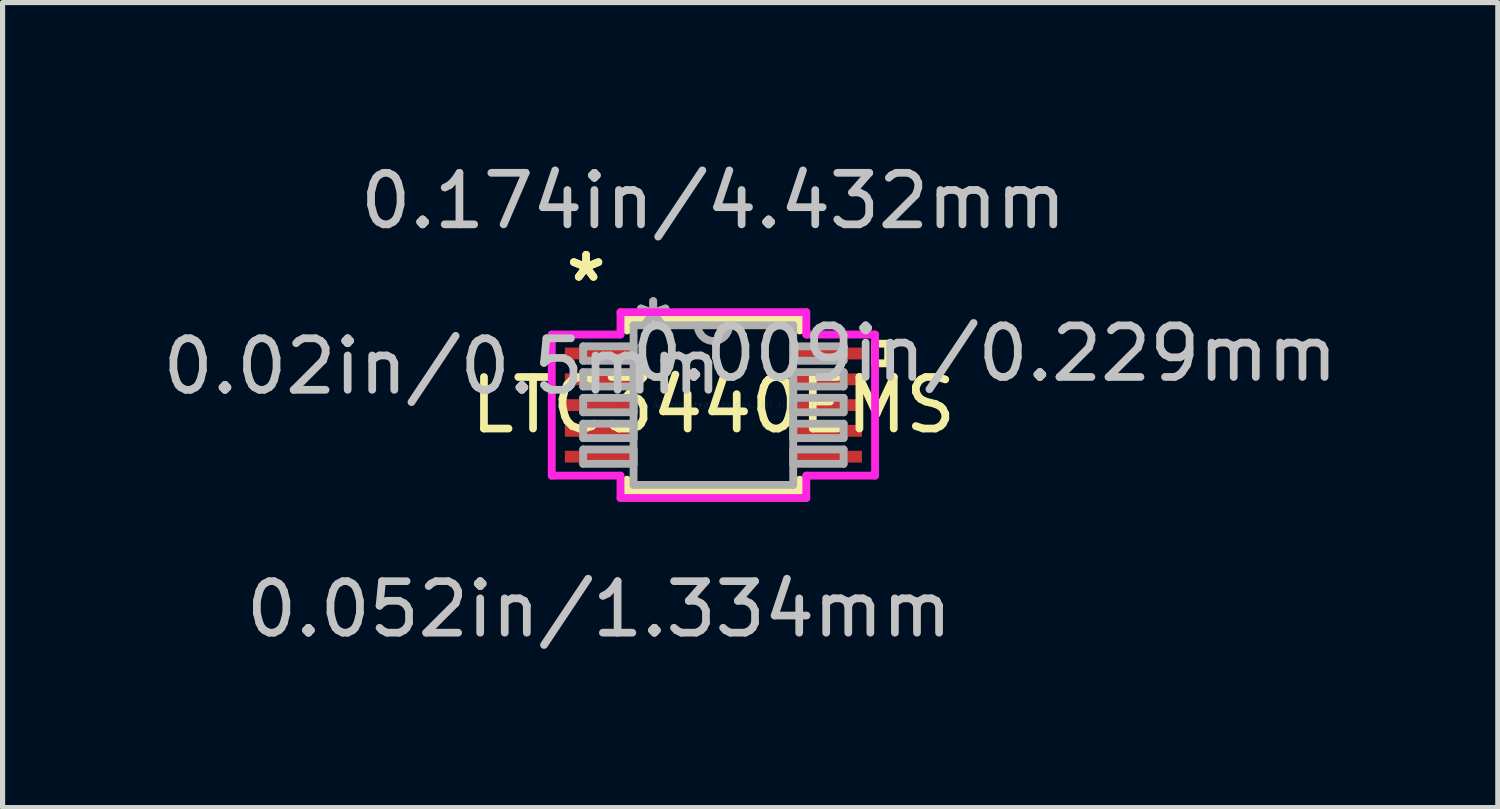
<source format=kicad_pcb>
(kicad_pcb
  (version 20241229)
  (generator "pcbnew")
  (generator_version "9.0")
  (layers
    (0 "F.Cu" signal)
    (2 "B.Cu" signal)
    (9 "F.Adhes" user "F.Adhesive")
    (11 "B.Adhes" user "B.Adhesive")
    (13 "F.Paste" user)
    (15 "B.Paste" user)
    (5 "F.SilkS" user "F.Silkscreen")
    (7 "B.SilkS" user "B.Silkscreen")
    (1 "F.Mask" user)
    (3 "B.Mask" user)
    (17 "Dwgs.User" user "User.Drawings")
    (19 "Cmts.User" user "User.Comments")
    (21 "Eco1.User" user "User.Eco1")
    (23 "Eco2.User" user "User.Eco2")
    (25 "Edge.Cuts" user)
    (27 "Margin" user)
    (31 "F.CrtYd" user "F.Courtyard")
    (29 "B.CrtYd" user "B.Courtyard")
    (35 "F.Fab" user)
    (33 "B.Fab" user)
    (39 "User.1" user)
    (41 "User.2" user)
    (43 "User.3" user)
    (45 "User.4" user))
  (footprint "LTC3440EMS"
    (layer "F.Cu")
    (at 10.794 4.811)
    (property "Reference" "LTC3440EMS" (at 0 0 0) (layer "F.SilkS") (effects (font (size 1 1) (thickness 0.15))))
    (attr through_hole)
    (fp_line (start -1.676 -1.676) (end -1.676 -1.448) (stroke (width 0.152) (type solid)) (layer "F.SilkS"))
    (fp_line (start -1.676 1.448) (end -1.676 1.676) (stroke (width 0.152) (type solid)) (layer "F.SilkS"))
    (fp_line (start -1.676 1.676) (end 1.676 1.676) (stroke (width 0.152) (type solid)) (layer "F.SilkS"))
    (fp_line (start 1.676 -1.676) (end -1.676 -1.676) (stroke (width 0.152) (type solid)) (layer "F.SilkS"))
    (fp_line (start 1.676 -1.448) (end 1.676 -1.676) (stroke (width 0.152) (type solid)) (layer "F.SilkS"))
    (fp_line (start 1.676 1.676) (end 1.676 1.448) (stroke (width 0.152) (type solid)) (layer "F.SilkS"))
    (fp_line (start 3.137 -1.191) (end 3.391 -1.191) (stroke (width 0.152) (type solid)) (layer "F.SilkS"))
    (fp_line (start 3.137 -0.81) (end 3.137 -1.191) (stroke (width 0.152) (type solid)) (layer "F.SilkS"))
    (fp_line (start 3.391 -1.191) (end 3.391 -0.81) (stroke (width 0.152) (type solid)) (layer "F.SilkS"))
    (fp_line (start 3.391 -0.81) (end 3.137 -0.81) (stroke (width 0.152) (type solid)) (layer "F.SilkS"))
    (fp_line (start -3.137 -1.369) (end -1.803 -1.369) (stroke (width 0.152) (type solid)) (layer "F.CrtYd"))
    (fp_line (start -3.137 1.369) (end -3.137 -1.369) (stroke (width 0.152) (type solid)) (layer "F.CrtYd"))
    (fp_line (start -1.803 -1.803) (end 1.803 -1.803) (stroke (width 0.152) (type solid)) (layer "F.CrtYd"))
    (fp_line (start -1.803 -1.369) (end -1.803 -1.803) (stroke (width 0.152) (type solid)) (layer "F.CrtYd"))
    (fp_line (start -1.803 1.369) (end -3.137 1.369) (stroke (width 0.152) (type solid)) (layer "F.CrtYd"))
    (fp_line (start -1.803 1.803) (end -1.803 1.369) (stroke (width 0.152) (type solid)) (layer "F.CrtYd"))
    (fp_line (start 1.803 -1.803) (end 1.803 -1.369) (stroke (width 0.152) (type solid)) (layer "F.CrtYd"))
    (fp_line (start 1.803 -1.369) (end 3.137 -1.369) (stroke (width 0.152) (type solid)) (layer "F.CrtYd"))
    (fp_line (start 1.803 1.369) (end 1.803 1.803) (stroke (width 0.152) (type solid)) (layer "F.CrtYd"))
    (fp_line (start 1.803 1.803) (end -1.803 1.803) (stroke (width 0.152) (type solid)) (layer "F.CrtYd"))
    (fp_line (start 3.137 -1.369) (end 3.137 1.369) (stroke (width 0.152) (type solid)) (layer "F.CrtYd"))
    (fp_line (start 3.137 1.369) (end 1.803 1.369) (stroke (width 0.152) (type solid)) (layer "F.CrtYd"))
    (fp_line (start -2.527 -1.14) (end -2.527 -0.861) (stroke (width 0.152) (type solid)) (layer "F.Fab"))
    (fp_line (start -2.527 -0.861) (end -1.549 -0.861) (stroke (width 0.152) (type solid)) (layer "F.Fab"))
    (fp_line (start -2.527 -0.64) (end -2.527 -0.361) (stroke (width 0.152) (type solid)) (layer "F.Fab"))
    (fp_line (start -2.527 -0.361) (end -1.549 -0.361) (stroke (width 0.152) (type solid)) (layer "F.Fab"))
    (fp_line (start -2.527 -0.14) (end -2.527 0.14) (stroke (width 0.152) (type solid)) (layer "F.Fab"))
    (fp_line (start -2.527 0.14) (end -1.549 0.14) (stroke (width 0.152) (type solid)) (layer "F.Fab"))
    (fp_line (start -2.527 0.361) (end -2.527 0.64) (stroke (width 0.152) (type solid)) (layer "F.Fab"))
    (fp_line (start -2.527 0.64) (end -1.549 0.64) (stroke (width 0.152) (type solid)) (layer "F.Fab"))
    (fp_line (start -2.527 0.861) (end -2.527 1.14) (stroke (width 0.152) (type solid)) (layer "F.Fab"))
    (fp_line (start -2.527 1.14) (end -1.549 1.14) (stroke (width 0.152) (type solid)) (layer "F.Fab"))
    (fp_line (start -1.549 -1.549) (end -1.549 1.549) (stroke (width 0.152) (type solid)) (layer "F.Fab"))
    (fp_line (start -1.549 -1.14) (end -2.527 -1.14) (stroke (width 0.152) (type solid)) (layer "F.Fab"))
    (fp_line (start -1.549 -0.861) (end -1.549 -1.14) (stroke (width 0.152) (type solid)) (layer "F.Fab"))
    (fp_line (start -1.549 -0.64) (end -2.527 -0.64) (stroke (width 0.152) (type solid)) (layer "F.Fab"))
    (fp_line (start -1.549 -0.361) (end -1.549 -0.64) (stroke (width 0.152) (type solid)) (layer "F.Fab"))
    (fp_line (start -1.549 -0.14) (end -2.527 -0.14) (stroke (width 0.152) (type solid)) (layer "F.Fab"))
    (fp_line (start -1.549 0.14) (end -1.549 -0.14) (stroke (width 0.152) (type solid)) (layer "F.Fab"))
    (fp_line (start -1.549 0.361) (end -2.527 0.361) (stroke (width 0.152) (type solid)) (layer "F.Fab"))
    (fp_line (start -1.549 0.64) (end -1.549 0.361) (stroke (width 0.152) (type solid)) (layer "F.Fab"))
    (fp_line (start -1.549 0.861) (end -2.527 0.861) (stroke (width 0.152) (type solid)) (layer "F.Fab"))
    (fp_line (start -1.549 1.14) (end -1.549 0.861) (stroke (width 0.152) (type solid)) (layer "F.Fab"))
    (fp_line (start -1.549 1.549) (end 1.549 1.549) (stroke (width 0.152) (type solid)) (layer "F.Fab"))
    (fp_line (start 1.549 -1.549) (end -1.549 -1.549) (stroke (width 0.152) (type solid)) (layer "F.Fab"))
    (fp_line (start 1.549 -1.14) (end 1.549 -0.861) (stroke (width 0.152) (type solid)) (layer "F.Fab"))
    (fp_line (start 1.549 -0.861) (end 2.527 -0.861) (stroke (width 0.152) (type solid)) (layer "F.Fab"))
    (fp_line (start 1.549 -0.64) (end 1.549 -0.361) (stroke (width 0.152) (type solid)) (layer "F.Fab"))
    (fp_line (start 1.549 -0.361) (end 2.527 -0.361) (stroke (width 0.152) (type solid)) (layer "F.Fab"))
    (fp_line (start 1.549 -0.14) (end 1.549 0.14) (stroke (width 0.152) (type solid)) (layer "F.Fab"))
    (fp_line (start 1.549 0.14) (end 2.527 0.14) (stroke (width 0.152) (type solid)) (layer "F.Fab"))
    (fp_line (start 1.549 0.361) (end 1.549 0.64) (stroke (width 0.152) (type solid)) (layer "F.Fab"))
    (fp_line (start 1.549 0.64) (end 2.527 0.64) (stroke (width 0.152) (type solid)) (layer "F.Fab"))
    (fp_line (start 1.549 0.861) (end 1.549 1.14) (stroke (width 0.152) (type solid)) (layer "F.Fab"))
    (fp_line (start 1.549 1.14) (end 2.527 1.14) (stroke (width 0.152) (type solid)) (layer "F.Fab"))
    (fp_line (start 1.549 1.549) (end 1.549 -1.549) (stroke (width 0.152) (type solid)) (layer "F.Fab"))
    (fp_line (start 2.527 -1.14) (end 1.549 -1.14) (stroke (width 0.152) (type solid)) (layer "F.Fab"))
    (fp_line (start 2.527 -0.861) (end 2.527 -1.14) (stroke (width 0.152) (type solid)) (layer "F.Fab"))
    (fp_line (start 2.527 -0.64) (end 1.549 -0.64) (stroke (width 0.152) (type solid)) (layer "F.Fab"))
    (fp_line (start 2.527 -0.361) (end 2.527 -0.64) (stroke (width 0.152) (type solid)) (layer "F.Fab"))
    (fp_line (start 2.527 -0.14) (end 1.549 -0.14) (stroke (width 0.152) (type solid)) (layer "F.Fab"))
    (fp_line (start 2.527 0.14) (end 2.527 -0.14) (stroke (width 0.152) (type solid)) (layer "F.Fab"))
    (fp_line (start 2.527 0.361) (end 1.549 0.361) (stroke (width 0.152) (type solid)) (layer "F.Fab"))
    (fp_line (start 2.527 0.64) (end 2.527 0.361) (stroke (width 0.152) (type solid)) (layer "F.Fab"))
    (fp_line (start 2.527 0.861) (end 1.549 0.861) (stroke (width 0.152) (type solid)) (layer "F.Fab"))
    (fp_line (start 2.527 1.14) (end 2.527 0.861) (stroke (width 0.152) (type solid)) (layer "F.Fab"))
    (fp_arc (start 0.3048 -1.5494) (mid 0 -1.2446) (end -0.3048 -1.5494) (stroke (width 0.1524) (type solid)) (layer "F.Fab"))
    (fp_text user "*" (at -2.47 -2.372 0) (layer "F.SilkS") (effects (font (size 1 1) (thickness 0.15))))
    (fp_text user "*" (at -2.47 -2.372 0) (layer "F.SilkS") (effects (font (size 1 1) (thickness 0.15))))
    (fp_text user "0.052in/1.334mm" (at -2.216 3.962 0) (layer "Dwgs.User") (effects (font (size 1 1) (thickness 0.15))))
    (fp_text user "0.02in/0.5mm" (at -5.264 -0.751 0) (layer "Dwgs.User") (effects (font (size 1 1) (thickness 0.15))))
    (fp_text user "0.174in/4.432mm" (at 0 -3.962 0) (layer "Dwgs.User") (effects (font (size 1 1) (thickness 0.15))))
    (fp_text user "0.009in/0.229mm" (at 5.264 -1.001 0) (layer "Dwgs.User") (effects (font (size 1 1) (thickness 0.15))))
    (fp_text user "Copyright 2016 Accelerated Designs. All rights reserved." (at 0 0 0) (layer "Cmts.User") (effects (font (size 0.127 0.127) (thickness 0.002))))
    (fp_text user "*" (at -1.168 -1.473 0) (layer "F.Fab") (effects (font (size 1 1) (thickness 0.15))))
    (fp_text user "*" (at -1.168 -1.473 0) (layer "F.Fab") (effects (font (size 1 1) (thickness 0.15))))
    (pad "1" smd rect (at -2.216 -1.001) (size 1.333 0.229) (layers "F.Cu" "F.Mask" "F.Paste"))
    (pad "2" smd rect (at -2.216 -0.5) (size 1.333 0.229) (layers "F.Cu" "F.Mask" "F.Paste"))
    (pad "3" smd rect (at -2.216 0) (size 1.333 0.229) (layers "F.Cu" "F.Mask" "F.Paste"))
    (pad "4" smd rect (at -2.216 0.5) (size 1.333 0.229) (layers "F.Cu" "F.Mask" "F.Paste"))
    (pad "5" smd rect (at -2.216 1.001) (size 1.333 0.229) (layers "F.Cu" "F.Mask" "F.Paste"))
    (pad "6" smd rect (at 2.216 1.001) (size 1.333 0.229) (layers "F.Cu" "F.Mask" "F.Paste"))
    (pad "7" smd rect (at 2.216 0.5) (size 1.333 0.229) (layers "F.Cu" "F.Mask" "F.Paste"))
    (pad "8" smd rect (at 2.216 0) (size 1.333 0.229) (layers "F.Cu" "F.Mask" "F.Paste"))
    (pad "9" smd rect (at 2.216 -0.5) (size 1.333 0.229) (layers "F.Cu" "F.Mask" "F.Paste"))
    (pad "10" smd rect (at 2.216 -1.001) (size 1.333 0.229) (layers "F.Cu" "F.Mask" "F.Paste")))
  (gr_rect
    (start -3 -3)
    (end 26.016 12.621)
    (stroke (width 0.1) (type default))
    (fill no)
    (layer "Edge.Cuts")))
</source>
